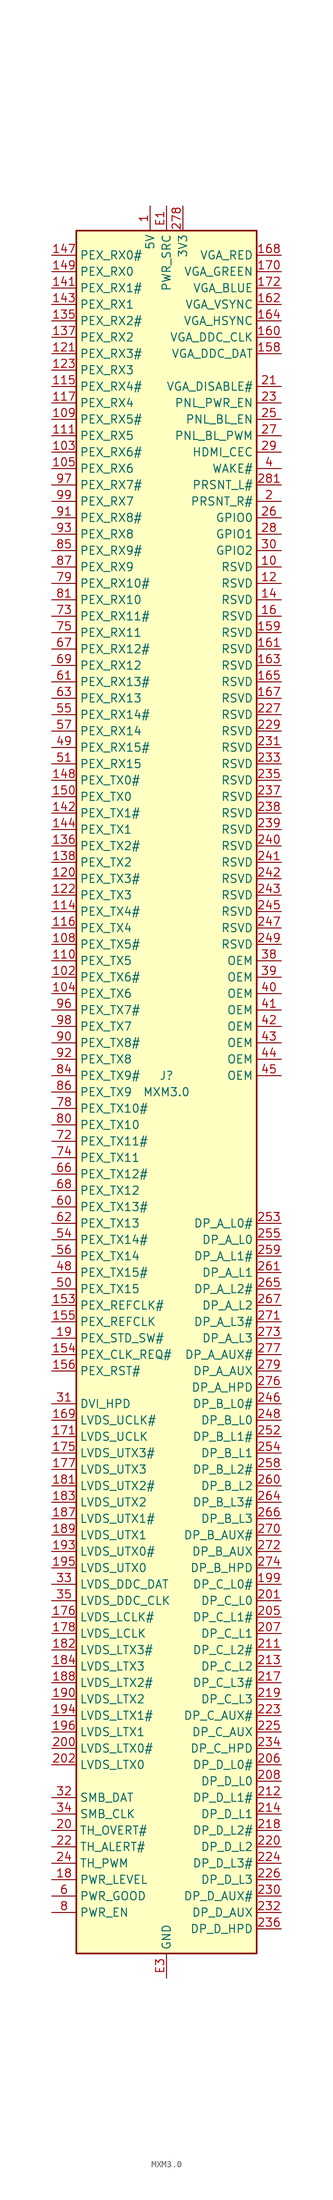
<source format=kicad_sym>
(kicad_symbol_lib
  (version 20201005)
  (generator kicad_symbol_editor)
  (symbol "MXM3.0"
    (property "Reference" "J"
      (at 0 2.54 0)
      (effects (font (size 1.27 1.27))))
    (property "Value" "MXM3.0"
      (at 0 0 0)
      (effects (font (size 1.27 1.27))))
    (symbol "MXM3.0_1_1"
      (rectangle (start -13.97 133.35) (end 13.97 -133.35) (stroke (width 0.254)) (fill (type background)))
      (pin power_in line (at -2.54 137.16 270) (length 3.81) (name "5V" (effects (font (size 1.27 1.27)))) (number "1" (effects (font (size 1.27 1.27)))))
      (pin bidirectional line (at 17.78 81.28 180) (length 3.81) (name "RSVD" (effects (font (size 1.27 1.27)))) (number "10" (effects (font (size 1.27 1.27)))))
      (pin passive line (at 0 -137.16 90) (length 3.81) hide (name "GND" (effects (font (size 1.27 1.27)))) (number "100" (effects (font (size 1.27 1.27)))))
      (pin passive line (at 0 -137.16 90) (length 3.81) hide (name "GND" (effects (font (size 1.27 1.27)))) (number "101" (effects (font (size 1.27 1.27)))))
      (pin input line (at -17.78 17.78 0) (length 3.81) (name "PEX_TX6#" (effects (font (size 1.27 1.27)))) (number "102" (effects (font (size 1.27 1.27)))))
      (pin output line (at -17.78 99.06 0) (length 3.81) (name "PEX_RX6#" (effects (font (size 1.27 1.27)))) (number "103" (effects (font (size 1.27 1.27)))))
      (pin input line (at -17.78 15.24 0) (length 3.81) (name "PEX_TX6" (effects (font (size 1.27 1.27)))) (number "104" (effects (font (size 1.27 1.27)))))
      (pin output line (at -17.78 96.52 0) (length 3.81) (name "PEX_RX6" (effects (font (size 1.27 1.27)))) (number "105" (effects (font (size 1.27 1.27)))))
      (pin passive line (at 0 -137.16 90) (length 3.81) hide (name "GND" (effects (font (size 1.27 1.27)))) (number "106" (effects (font (size 1.27 1.27)))))
      (pin passive line (at 0 -137.16 90) (length 3.81) hide (name "GND" (effects (font (size 1.27 1.27)))) (number "107" (effects (font (size 1.27 1.27)))))
      (pin input line (at -17.78 22.86 0) (length 3.81) (name "PEX_TX5#" (effects (font (size 1.27 1.27)))) (number "108" (effects (font (size 1.27 1.27)))))
      (pin output line (at -17.78 104.14 0) (length 3.81) (name "PEX_RX5#" (effects (font (size 1.27 1.27)))) (number "109" (effects (font (size 1.27 1.27)))))
      (pin passive line (at 0 -137.16 90) (length 3.81) hide (name "GND" (effects (font (size 1.27 1.27)))) (number "11" (effects (font (size 1.27 1.27)))))
      (pin input line (at -17.78 20.32 0) (length 3.81) (name "PEX_TX5" (effects (font (size 1.27 1.27)))) (number "110" (effects (font (size 1.27 1.27)))))
      (pin output line (at -17.78 101.6 0) (length 3.81) (name "PEX_RX5" (effects (font (size 1.27 1.27)))) (number "111" (effects (font (size 1.27 1.27)))))
      (pin passive line (at 0 -137.16 90) (length 3.81) hide (name "GND" (effects (font (size 1.27 1.27)))) (number "112" (effects (font (size 1.27 1.27)))))
      (pin passive line (at 0 -137.16 90) (length 3.81) hide (name "GND" (effects (font (size 1.27 1.27)))) (number "113" (effects (font (size 1.27 1.27)))))
      (pin input line (at -17.78 27.94 0) (length 3.81) (name "PEX_TX4#" (effects (font (size 1.27 1.27)))) (number "114" (effects (font (size 1.27 1.27)))))
      (pin output line (at -17.78 109.22 0) (length 3.81) (name "PEX_RX4#" (effects (font (size 1.27 1.27)))) (number "115" (effects (font (size 1.27 1.27)))))
      (pin input line (at -17.78 25.4 0) (length 3.81) (name "PEX_TX4" (effects (font (size 1.27 1.27)))) (number "116" (effects (font (size 1.27 1.27)))))
      (pin output line (at -17.78 106.68 0) (length 3.81) (name "PEX_RX4" (effects (font (size 1.27 1.27)))) (number "117" (effects (font (size 1.27 1.27)))))
      (pin passive line (at 0 -137.16 90) (length 3.81) hide (name "GND" (effects (font (size 1.27 1.27)))) (number "118" (effects (font (size 1.27 1.27)))))
      (pin passive line (at 0 -137.16 90) (length 3.81) hide (name "GND" (effects (font (size 1.27 1.27)))) (number "119" (effects (font (size 1.27 1.27)))))
      (pin bidirectional line (at 17.78 78.74 180) (length 3.81) (name "RSVD" (effects (font (size 1.27 1.27)))) (number "12" (effects (font (size 1.27 1.27)))))
      (pin input line (at -17.78 33.02 0) (length 3.81) (name "PEX_TX3#" (effects (font (size 1.27 1.27)))) (number "120" (effects (font (size 1.27 1.27)))))
      (pin output line (at -17.78 114.3 0) (length 3.81) (name "PEX_RX3#" (effects (font (size 1.27 1.27)))) (number "121" (effects (font (size 1.27 1.27)))))
      (pin input line (at -17.78 30.48 0) (length 3.81) (name "PEX_TX3" (effects (font (size 1.27 1.27)))) (number "122" (effects (font (size 1.27 1.27)))))
      (pin output line (at -17.78 111.76 0) (length 3.81) (name "PEX_RX3" (effects (font (size 1.27 1.27)))) (number "123" (effects (font (size 1.27 1.27)))))
      (pin passive line (at 0 -137.16 90) (length 3.81) hide (name "GND" (effects (font (size 1.27 1.27)))) (number "124" (effects (font (size 1.27 1.27)))))
      (pin passive line (at 0 -137.16 90) (length 3.81) hide (name "GND" (effects (font (size 1.27 1.27)))) (number "125" (effects (font (size 1.27 1.27)))))
      (pin passive line (at 0 -137.16 90) (length 3.81) hide (name "GND" (effects (font (size 1.27 1.27)))) (number "13" (effects (font (size 1.27 1.27)))))
      (pin passive line (at 0 -137.16 90) (length 3.81) hide (name "GND" (effects (font (size 1.27 1.27)))) (number "133" (effects (font (size 1.27 1.27)))))
      (pin passive line (at 0 -137.16 90) (length 3.81) hide (name "GND" (effects (font (size 1.27 1.27)))) (number "134" (effects (font (size 1.27 1.27)))))
      (pin output line (at -17.78 119.38 0) (length 3.81) (name "PEX_RX2#" (effects (font (size 1.27 1.27)))) (number "135" (effects (font (size 1.27 1.27)))))
      (pin input line (at -17.78 38.1 0) (length 3.81) (name "PEX_TX2#" (effects (font (size 1.27 1.27)))) (number "136" (effects (font (size 1.27 1.27)))))
      (pin output line (at -17.78 116.84 0) (length 3.81) (name "PEX_RX2" (effects (font (size 1.27 1.27)))) (number "137" (effects (font (size 1.27 1.27)))))
      (pin input line (at -17.78 35.56 0) (length 3.81) (name "PEX_TX2" (effects (font (size 1.27 1.27)))) (number "138" (effects (font (size 1.27 1.27)))))
      (pin passive line (at 0 -137.16 90) (length 3.81) hide (name "GND" (effects (font (size 1.27 1.27)))) (number "139" (effects (font (size 1.27 1.27)))))
      (pin bidirectional line (at 17.78 76.2 180) (length 3.81) (name "RSVD" (effects (font (size 1.27 1.27)))) (number "14" (effects (font (size 1.27 1.27)))))
      (pin passive line (at 0 -137.16 90) (length 3.81) hide (name "GND" (effects (font (size 1.27 1.27)))) (number "140" (effects (font (size 1.27 1.27)))))
      (pin output line (at -17.78 124.46 0) (length 3.81) (name "PEX_RX1#" (effects (font (size 1.27 1.27)))) (number "141" (effects (font (size 1.27 1.27)))))
      (pin input line (at -17.78 43.18 0) (length 3.81) (name "PEX_TX1#" (effects (font (size 1.27 1.27)))) (number "142" (effects (font (size 1.27 1.27)))))
      (pin output line (at -17.78 121.92 0) (length 3.81) (name "PEX_RX1" (effects (font (size 1.27 1.27)))) (number "143" (effects (font (size 1.27 1.27)))))
      (pin input line (at -17.78 40.64 0) (length 3.81) (name "PEX_TX1" (effects (font (size 1.27 1.27)))) (number "144" (effects (font (size 1.27 1.27)))))
      (pin passive line (at 0 -137.16 90) (length 3.81) hide (name "GND" (effects (font (size 1.27 1.27)))) (number "145" (effects (font (size 1.27 1.27)))))
      (pin passive line (at 0 -137.16 90) (length 3.81) hide (name "GND" (effects (font (size 1.27 1.27)))) (number "146" (effects (font (size 1.27 1.27)))))
      (pin output line (at -17.78 129.54 0) (length 3.81) (name "PEX_RX0#" (effects (font (size 1.27 1.27)))) (number "147" (effects (font (size 1.27 1.27)))))
      (pin input line (at -17.78 48.26 0) (length 3.81) (name "PEX_TX0#" (effects (font (size 1.27 1.27)))) (number "148" (effects (font (size 1.27 1.27)))))
      (pin output line (at -17.78 127 0) (length 3.81) (name "PEX_RX0" (effects (font (size 1.27 1.27)))) (number "149" (effects (font (size 1.27 1.27)))))
      (pin passive line (at 0 -137.16 90) (length 3.81) hide (name "GND" (effects (font (size 1.27 1.27)))) (number "15" (effects (font (size 1.27 1.27)))))
      (pin input line (at -17.78 45.72 0) (length 3.81) (name "PEX_TX0" (effects (font (size 1.27 1.27)))) (number "150" (effects (font (size 1.27 1.27)))))
      (pin passive line (at 0 -137.16 90) (length 3.81) hide (name "GND" (effects (font (size 1.27 1.27)))) (number "151" (effects (font (size 1.27 1.27)))))
      (pin passive line (at 0 -137.16 90) (length 3.81) hide (name "GND" (effects (font (size 1.27 1.27)))) (number "152" (effects (font (size 1.27 1.27)))))
      (pin input line (at -17.78 -33.02 0) (length 3.81) (name "PEX_REFCLK#" (effects (font (size 1.27 1.27)))) (number "153" (effects (font (size 1.27 1.27)))))
      (pin output line (at -17.78 -40.64 0) (length 3.81) (name "PEX_CLK_REQ#" (effects (font (size 1.27 1.27)))) (number "154" (effects (font (size 1.27 1.27)))))
      (pin input line (at -17.78 -35.56 0) (length 3.81) (name "PEX_REFCLK" (effects (font (size 1.27 1.27)))) (number "155" (effects (font (size 1.27 1.27)))))
      (pin input line (at -17.78 -43.18 0) (length 3.81) (name "PEX_RST#" (effects (font (size 1.27 1.27)))) (number "156" (effects (font (size 1.27 1.27)))))
      (pin passive line (at 0 -137.16 90) (length 3.81) hide (name "GND" (effects (font (size 1.27 1.27)))) (number "157" (effects (font (size 1.27 1.27)))))
      (pin bidirectional line (at 17.78 114.3 180) (length 3.81) (name "VGA_DDC_DAT" (effects (font (size 1.27 1.27)))) (number "158" (effects (font (size 1.27 1.27)))))
      (pin bidirectional line (at 17.78 71.12 180) (length 3.81) (name "RSVD" (effects (font (size 1.27 1.27)))) (number "159" (effects (font (size 1.27 1.27)))))
      (pin bidirectional line (at 17.78 73.66 180) (length 3.81) (name "RSVD" (effects (font (size 1.27 1.27)))) (number "16" (effects (font (size 1.27 1.27)))))
      (pin output line (at 17.78 116.84 180) (length 3.81) (name "VGA_DDC_CLK" (effects (font (size 1.27 1.27)))) (number "160" (effects (font (size 1.27 1.27)))))
      (pin bidirectional line (at 17.78 68.58 180) (length 3.81) (name "RSVD" (effects (font (size 1.27 1.27)))) (number "161" (effects (font (size 1.27 1.27)))))
      (pin output line (at 17.78 121.92 180) (length 3.81) (name "VGA_VSYNC" (effects (font (size 1.27 1.27)))) (number "162" (effects (font (size 1.27 1.27)))))
      (pin bidirectional line (at 17.78 66.04 180) (length 3.81) (name "RSVD" (effects (font (size 1.27 1.27)))) (number "163" (effects (font (size 1.27 1.27)))))
      (pin output line (at 17.78 119.38 180) (length 3.81) (name "VGA_HSYNC" (effects (font (size 1.27 1.27)))) (number "164" (effects (font (size 1.27 1.27)))))
      (pin bidirectional line (at 17.78 63.5 180) (length 3.81) (name "RSVD" (effects (font (size 1.27 1.27)))) (number "165" (effects (font (size 1.27 1.27)))))
      (pin passive line (at 0 -137.16 90) (length 3.81) hide (name "GND" (effects (font (size 1.27 1.27)))) (number "166" (effects (font (size 1.27 1.27)))))
      (pin bidirectional line (at 17.78 60.96 180) (length 3.81) (name "RSVD" (effects (font (size 1.27 1.27)))) (number "167" (effects (font (size 1.27 1.27)))))
      (pin output line (at 17.78 129.54 180) (length 3.81) (name "VGA_RED" (effects (font (size 1.27 1.27)))) (number "168" (effects (font (size 1.27 1.27)))))
      (pin output line (at -17.78 -50.8 0) (length 3.81) (name "LVDS_UCLK#" (effects (font (size 1.27 1.27)))) (number "169" (effects (font (size 1.27 1.27)))))
      (pin passive line (at 0 -137.16 90) (length 3.81) hide (name "GND" (effects (font (size 1.27 1.27)))) (number "17" (effects (font (size 1.27 1.27)))))
      (pin output line (at 17.78 127 180) (length 3.81) (name "VGA_GREEN" (effects (font (size 1.27 1.27)))) (number "170" (effects (font (size 1.27 1.27)))))
      (pin output line (at -17.78 -53.34 0) (length 3.81) (name "LVDS_UCLK" (effects (font (size 1.27 1.27)))) (number "171" (effects (font (size 1.27 1.27)))))
      (pin output line (at 17.78 124.46 180) (length 3.81) (name "VGA_BLUE" (effects (font (size 1.27 1.27)))) (number "172" (effects (font (size 1.27 1.27)))))
      (pin passive line (at 0 -137.16 90) (length 3.81) hide (name "GND" (effects (font (size 1.27 1.27)))) (number "173" (effects (font (size 1.27 1.27)))))
      (pin passive line (at 0 -137.16 90) (length 3.81) hide (name "GND" (effects (font (size 1.27 1.27)))) (number "174" (effects (font (size 1.27 1.27)))))
      (pin output line (at -17.78 -55.88 0) (length 3.81) (name "LVDS_UTX3#" (effects (font (size 1.27 1.27)))) (number "175" (effects (font (size 1.27 1.27)))))
      (pin output line (at -17.78 -81.28 0) (length 3.81) (name "LVDS_LCLK#" (effects (font (size 1.27 1.27)))) (number "176" (effects (font (size 1.27 1.27)))))
      (pin output line (at -17.78 -58.42 0) (length 3.81) (name "LVDS_UTX3" (effects (font (size 1.27 1.27)))) (number "177" (effects (font (size 1.27 1.27)))))
      (pin output line (at -17.78 -83.82 0) (length 3.81) (name "LVDS_LCLK" (effects (font (size 1.27 1.27)))) (number "178" (effects (font (size 1.27 1.27)))))
      (pin passive line (at 0 -137.16 90) (length 3.81) hide (name "GND" (effects (font (size 1.27 1.27)))) (number "179" (effects (font (size 1.27 1.27)))))
      (pin input line (at -17.78 -121.92 0) (length 3.81) (name "PWR_LEVEL" (effects (font (size 1.27 1.27)))) (number "18" (effects (font (size 1.27 1.27)))))
      (pin passive line (at 0 -137.16 90) (length 3.81) hide (name "GND" (effects (font (size 1.27 1.27)))) (number "180" (effects (font (size 1.27 1.27)))))
      (pin output line (at -17.78 -60.96 0) (length 3.81) (name "LVDS_UTX2#" (effects (font (size 1.27 1.27)))) (number "181" (effects (font (size 1.27 1.27)))))
      (pin output line (at -17.78 -86.36 0) (length 3.81) (name "LVDS_LTX3#" (effects (font (size 1.27 1.27)))) (number "182" (effects (font (size 1.27 1.27)))))
      (pin output line (at -17.78 -63.5 0) (length 3.81) (name "LVDS_UTX2" (effects (font (size 1.27 1.27)))) (number "183" (effects (font (size 1.27 1.27)))))
      (pin output line (at -17.78 -88.9 0) (length 3.81) (name "LVDS_LTX3" (effects (font (size 1.27 1.27)))) (number "184" (effects (font (size 1.27 1.27)))))
      (pin passive line (at 0 -137.16 90) (length 3.81) hide (name "GND" (effects (font (size 1.27 1.27)))) (number "185" (effects (font (size 1.27 1.27)))))
      (pin passive line (at 0 -137.16 90) (length 3.81) hide (name "GND" (effects (font (size 1.27 1.27)))) (number "186" (effects (font (size 1.27 1.27)))))
      (pin output line (at -17.78 -66.04 0) (length 3.81) (name "LVDS_UTX1#" (effects (font (size 1.27 1.27)))) (number "187" (effects (font (size 1.27 1.27)))))
      (pin output line (at -17.78 -91.44 0) (length 3.81) (name "LVDS_LTX2#" (effects (font (size 1.27 1.27)))) (number "188" (effects (font (size 1.27 1.27)))))
      (pin output line (at -17.78 -68.58 0) (length 3.81) (name "LVDS_UTX1" (effects (font (size 1.27 1.27)))) (number "189" (effects (font (size 1.27 1.27)))))
      (pin input line (at -17.78 -38.1 0) (length 3.81) (name "PEX_STD_SW#" (effects (font (size 1.27 1.27)))) (number "19" (effects (font (size 1.27 1.27)))))
      (pin output line (at -17.78 -93.98 0) (length 3.81) (name "LVDS_LTX2" (effects (font (size 1.27 1.27)))) (number "190" (effects (font (size 1.27 1.27)))))
      (pin passive line (at 0 -137.16 90) (length 3.81) hide (name "GND" (effects (font (size 1.27 1.27)))) (number "191" (effects (font (size 1.27 1.27)))))
      (pin passive line (at 0 -137.16 90) (length 3.81) hide (name "GND" (effects (font (size 1.27 1.27)))) (number "192" (effects (font (size 1.27 1.27)))))
      (pin output line (at -17.78 -71.12 0) (length 3.81) (name "LVDS_UTX0#" (effects (font (size 1.27 1.27)))) (number "193" (effects (font (size 1.27 1.27)))))
      (pin output line (at -17.78 -96.52 0) (length 3.81) (name "LVDS_LTX1#" (effects (font (size 1.27 1.27)))) (number "194" (effects (font (size 1.27 1.27)))))
      (pin output line (at -17.78 -73.66 0) (length 3.81) (name "LVDS_UTX0" (effects (font (size 1.27 1.27)))) (number "195" (effects (font (size 1.27 1.27)))))
      (pin output line (at -17.78 -99.06 0) (length 3.81) (name "LVDS_LTX1" (effects (font (size 1.27 1.27)))) (number "196" (effects (font (size 1.27 1.27)))))
      (pin passive line (at 0 -137.16 90) (length 3.81) hide (name "GND" (effects (font (size 1.27 1.27)))) (number "197" (effects (font (size 1.27 1.27)))))
      (pin passive line (at 0 -137.16 90) (length 3.81) hide (name "GND" (effects (font (size 1.27 1.27)))) (number "198" (effects (font (size 1.27 1.27)))))
      (pin output line (at 17.78 -76.2 180) (length 3.81) (name "DP_C_L0#" (effects (font (size 1.27 1.27)))) (number "199" (effects (font (size 1.27 1.27)))))
      (pin output line (at 17.78 91.44 180) (length 3.81) (name "PRSNT_R#" (effects (font (size 1.27 1.27)))) (number "2" (effects (font (size 1.27 1.27)))))
      (pin output line (at -17.78 -114.3 0) (length 3.81) (name "TH_OVERT#" (effects (font (size 1.27 1.27)))) (number "20" (effects (font (size 1.27 1.27)))))
      (pin output line (at -17.78 -101.6 0) (length 3.81) (name "LVDS_LTX0#" (effects (font (size 1.27 1.27)))) (number "200" (effects (font (size 1.27 1.27)))))
      (pin output line (at 17.78 -78.74 180) (length 3.81) (name "DP_C_L0" (effects (font (size 1.27 1.27)))) (number "201" (effects (font (size 1.27 1.27)))))
      (pin output line (at -17.78 -104.14 0) (length 3.81) (name "LVDS_LTX0" (effects (font (size 1.27 1.27)))) (number "202" (effects (font (size 1.27 1.27)))))
      (pin passive line (at 0 -137.16 90) (length 3.81) hide (name "GND" (effects (font (size 1.27 1.27)))) (number "203" (effects (font (size 1.27 1.27)))))
      (pin passive line (at 0 -137.16 90) (length 3.81) hide (name "GND" (effects (font (size 1.27 1.27)))) (number "204" (effects (font (size 1.27 1.27)))))
      (pin output line (at 17.78 -81.28 180) (length 3.81) (name "DP_C_L1#" (effects (font (size 1.27 1.27)))) (number "205" (effects (font (size 1.27 1.27)))))
      (pin output line (at 17.78 -104.14 180) (length 3.81) (name "DP_D_L0#" (effects (font (size 1.27 1.27)))) (number "206" (effects (font (size 1.27 1.27)))))
      (pin output line (at 17.78 -83.82 180) (length 3.81) (name "DP_C_L1" (effects (font (size 1.27 1.27)))) (number "207" (effects (font (size 1.27 1.27)))))
      (pin output line (at 17.78 -106.68 180) (length 3.81) (name "DP_D_L0" (effects (font (size 1.27 1.27)))) (number "208" (effects (font (size 1.27 1.27)))))
      (pin passive line (at 0 -137.16 90) (length 3.81) hide (name "GND" (effects (font (size 1.27 1.27)))) (number "209" (effects (font (size 1.27 1.27)))))
      (pin input line (at 17.78 109.22 180) (length 3.81) (name "VGA_DISABLE#" (effects (font (size 1.27 1.27)))) (number "21" (effects (font (size 1.27 1.27)))))
      (pin passive line (at 0 -137.16 90) (length 3.81) hide (name "GND" (effects (font (size 1.27 1.27)))) (number "210" (effects (font (size 1.27 1.27)))))
      (pin output line (at 17.78 -86.36 180) (length 3.81) (name "DP_C_L2#" (effects (font (size 1.27 1.27)))) (number "211" (effects (font (size 1.27 1.27)))))
      (pin output line (at 17.78 -109.22 180) (length 3.81) (name "DP_D_L1#" (effects (font (size 1.27 1.27)))) (number "212" (effects (font (size 1.27 1.27)))))
      (pin output line (at 17.78 -88.9 180) (length 3.81) (name "DP_C_L2" (effects (font (size 1.27 1.27)))) (number "213" (effects (font (size 1.27 1.27)))))
      (pin output line (at 17.78 -111.76 180) (length 3.81) (name "DP_D_L1" (effects (font (size 1.27 1.27)))) (number "214" (effects (font (size 1.27 1.27)))))
      (pin passive line (at 0 -137.16 90) (length 3.81) hide (name "GND" (effects (font (size 1.27 1.27)))) (number "215" (effects (font (size 1.27 1.27)))))
      (pin passive line (at 0 -137.16 90) (length 3.81) hide (name "GND" (effects (font (size 1.27 1.27)))) (number "216" (effects (font (size 1.27 1.27)))))
      (pin output line (at 17.78 -91.44 180) (length 3.81) (name "DP_C_L3#" (effects (font (size 1.27 1.27)))) (number "217" (effects (font (size 1.27 1.27)))))
      (pin output line (at 17.78 -114.3 180) (length 3.81) (name "DP_D_L2#" (effects (font (size 1.27 1.27)))) (number "218" (effects (font (size 1.27 1.27)))))
      (pin output line (at 17.78 -93.98 180) (length 3.81) (name "DP_C_L3" (effects (font (size 1.27 1.27)))) (number "219" (effects (font (size 1.27 1.27)))))
      (pin bidirectional line (at -17.78 -116.84 0) (length 3.81) (name "TH_ALERT#" (effects (font (size 1.27 1.27)))) (number "22" (effects (font (size 1.27 1.27)))))
      (pin output line (at 17.78 -116.84 180) (length 3.81) (name "DP_D_L2" (effects (font (size 1.27 1.27)))) (number "220" (effects (font (size 1.27 1.27)))))
      (pin passive line (at 0 -137.16 90) (length 3.81) hide (name "GND" (effects (font (size 1.27 1.27)))) (number "221" (effects (font (size 1.27 1.27)))))
      (pin passive line (at 0 -137.16 90) (length 3.81) hide (name "GND" (effects (font (size 1.27 1.27)))) (number "222" (effects (font (size 1.27 1.27)))))
      (pin bidirectional line (at 17.78 -96.52 180) (length 3.81) (name "DP_C_AUX#" (effects (font (size 1.27 1.27)))) (number "223" (effects (font (size 1.27 1.27)))))
      (pin output line (at 17.78 -119.38 180) (length 3.81) (name "DP_D_L3#" (effects (font (size 1.27 1.27)))) (number "224" (effects (font (size 1.27 1.27)))))
      (pin bidirectional line (at 17.78 -99.06 180) (length 3.81) (name "DP_C_AUX" (effects (font (size 1.27 1.27)))) (number "225" (effects (font (size 1.27 1.27)))))
      (pin output line (at 17.78 -121.92 180) (length 3.81) (name "DP_D_L3" (effects (font (size 1.27 1.27)))) (number "226" (effects (font (size 1.27 1.27)))))
      (pin bidirectional line (at 17.78 58.42 180) (length 3.81) (name "RSVD" (effects (font (size 1.27 1.27)))) (number "227" (effects (font (size 1.27 1.27)))))
      (pin passive line (at 0 -137.16 90) (length 3.81) hide (name "GND" (effects (font (size 1.27 1.27)))) (number "228" (effects (font (size 1.27 1.27)))))
      (pin bidirectional line (at 17.78 55.88 180) (length 3.81) (name "RSVD" (effects (font (size 1.27 1.27)))) (number "229" (effects (font (size 1.27 1.27)))))
      (pin output line (at 17.78 106.68 180) (length 3.81) (name "PNL_PWR_EN" (effects (font (size 1.27 1.27)))) (number "23" (effects (font (size 1.27 1.27)))))
      (pin bidirectional line (at 17.78 -124.46 180) (length 3.81) (name "DP_D_AUX#" (effects (font (size 1.27 1.27)))) (number "230" (effects (font (size 1.27 1.27)))))
      (pin bidirectional line (at 17.78 53.34 180) (length 3.81) (name "RSVD" (effects (font (size 1.27 1.27)))) (number "231" (effects (font (size 1.27 1.27)))))
      (pin bidirectional line (at 17.78 -127 180) (length 3.81) (name "DP_D_AUX" (effects (font (size 1.27 1.27)))) (number "232" (effects (font (size 1.27 1.27)))))
      (pin bidirectional line (at 17.78 50.8 180) (length 3.81) (name "RSVD" (effects (font (size 1.27 1.27)))) (number "233" (effects (font (size 1.27 1.27)))))
      (pin input line (at 17.78 -101.6 180) (length 3.81) (name "DP_C_HPD" (effects (font (size 1.27 1.27)))) (number "234" (effects (font (size 1.27 1.27)))))
      (pin bidirectional line (at 17.78 48.26 180) (length 3.81) (name "RSVD" (effects (font (size 1.27 1.27)))) (number "235" (effects (font (size 1.27 1.27)))))
      (pin input line (at 17.78 -129.54 180) (length 3.81) (name "DP_D_HPD" (effects (font (size 1.27 1.27)))) (number "236" (effects (font (size 1.27 1.27)))))
      (pin bidirectional line (at 17.78 45.72 180) (length 3.81) (name "RSVD" (effects (font (size 1.27 1.27)))) (number "237" (effects (font (size 1.27 1.27)))))
      (pin bidirectional line (at 17.78 43.18 180) (length 3.81) (name "RSVD" (effects (font (size 1.27 1.27)))) (number "238" (effects (font (size 1.27 1.27)))))
      (pin bidirectional line (at 17.78 40.64 180) (length 3.81) (name "RSVD" (effects (font (size 1.27 1.27)))) (number "239" (effects (font (size 1.27 1.27)))))
      (pin output line (at -17.78 -119.38 0) (length 3.81) (name "TH_PWM" (effects (font (size 1.27 1.27)))) (number "24" (effects (font (size 1.27 1.27)))))
      (pin bidirectional line (at 17.78 38.1 180) (length 3.81) (name "RSVD" (effects (font (size 1.27 1.27)))) (number "240" (effects (font (size 1.27 1.27)))))
      (pin bidirectional line (at 17.78 35.56 180) (length 3.81) (name "RSVD" (effects (font (size 1.27 1.27)))) (number "241" (effects (font (size 1.27 1.27)))))
      (pin bidirectional line (at 17.78 33.02 180) (length 3.81) (name "RSVD" (effects (font (size 1.27 1.27)))) (number "242" (effects (font (size 1.27 1.27)))))
      (pin bidirectional line (at 17.78 30.48 180) (length 3.81) (name "RSVD" (effects (font (size 1.27 1.27)))) (number "243" (effects (font (size 1.27 1.27)))))
      (pin passive line (at 0 -137.16 90) (length 3.81) hide (name "GND" (effects (font (size 1.27 1.27)))) (number "244" (effects (font (size 1.27 1.27)))))
      (pin bidirectional line (at 17.78 27.94 180) (length 3.81) (name "RSVD" (effects (font (size 1.27 1.27)))) (number "245" (effects (font (size 1.27 1.27)))))
      (pin output line (at 17.78 -48.26 180) (length 3.81) (name "DP_B_L0#" (effects (font (size 1.27 1.27)))) (number "246" (effects (font (size 1.27 1.27)))))
      (pin bidirectional line (at 17.78 25.4 180) (length 3.81) (name "RSVD" (effects (font (size 1.27 1.27)))) (number "247" (effects (font (size 1.27 1.27)))))
      (pin output line (at 17.78 -50.8 180) (length 3.81) (name "DP_B_L0" (effects (font (size 1.27 1.27)))) (number "248" (effects (font (size 1.27 1.27)))))
      (pin bidirectional line (at 17.78 22.86 180) (length 3.81) (name "RSVD" (effects (font (size 1.27 1.27)))) (number "249" (effects (font (size 1.27 1.27)))))
      (pin output line (at 17.78 104.14 180) (length 3.81) (name "PNL_BL_EN" (effects (font (size 1.27 1.27)))) (number "25" (effects (font (size 1.27 1.27)))))
      (pin passive line (at 0 -137.16 90) (length 3.81) hide (name "GND" (effects (font (size 1.27 1.27)))) (number "250" (effects (font (size 1.27 1.27)))))
      (pin passive line (at 0 -137.16 90) (length 3.81) hide (name "GND" (effects (font (size 1.27 1.27)))) (number "251" (effects (font (size 1.27 1.27)))))
      (pin output line (at 17.78 -53.34 180) (length 3.81) (name "DP_B_L1#" (effects (font (size 1.27 1.27)))) (number "252" (effects (font (size 1.27 1.27)))))
      (pin output line (at 17.78 -20.32 180) (length 3.81) (name "DP_A_L0#" (effects (font (size 1.27 1.27)))) (number "253" (effects (font (size 1.27 1.27)))))
      (pin output line (at 17.78 -55.88 180) (length 3.81) (name "DP_B_L1" (effects (font (size 1.27 1.27)))) (number "254" (effects (font (size 1.27 1.27)))))
      (pin output line (at 17.78 -22.86 180) (length 3.81) (name "DP_A_L0" (effects (font (size 1.27 1.27)))) (number "255" (effects (font (size 1.27 1.27)))))
      (pin passive line (at 0 -137.16 90) (length 3.81) hide (name "GND" (effects (font (size 1.27 1.27)))) (number "256" (effects (font (size 1.27 1.27)))))
      (pin passive line (at 0 -137.16 90) (length 3.81) hide (name "GND" (effects (font (size 1.27 1.27)))) (number "257" (effects (font (size 1.27 1.27)))))
      (pin output line (at 17.78 -58.42 180) (length 3.81) (name "DP_B_L2#" (effects (font (size 1.27 1.27)))) (number "258" (effects (font (size 1.27 1.27)))))
      (pin output line (at 17.78 -25.4 180) (length 3.81) (name "DP_A_L1#" (effects (font (size 1.27 1.27)))) (number "259" (effects (font (size 1.27 1.27)))))
      (pin bidirectional line (at 17.78 88.9 180) (length 3.81) (name "GPIO0" (effects (font (size 1.27 1.27)))) (number "26" (effects (font (size 1.27 1.27)))))
      (pin output line (at 17.78 -60.96 180) (length 3.81) (name "DP_B_L2" (effects (font (size 1.27 1.27)))) (number "260" (effects (font (size 1.27 1.27)))))
      (pin output line (at 17.78 -27.94 180) (length 3.81) (name "DP_A_L1" (effects (font (size 1.27 1.27)))) (number "261" (effects (font (size 1.27 1.27)))))
      (pin passive line (at 0 -137.16 90) (length 3.81) hide (name "GND" (effects (font (size 1.27 1.27)))) (number "262" (effects (font (size 1.27 1.27)))))
      (pin passive line (at 0 -137.16 90) (length 3.81) hide (name "GND" (effects (font (size 1.27 1.27)))) (number "263" (effects (font (size 1.27 1.27)))))
      (pin output line (at 17.78 -63.5 180) (length 3.81) (name "DP_B_L3#" (effects (font (size 1.27 1.27)))) (number "264" (effects (font (size 1.27 1.27)))))
      (pin output line (at 17.78 -30.48 180) (length 3.81) (name "DP_A_L2#" (effects (font (size 1.27 1.27)))) (number "265" (effects (font (size 1.27 1.27)))))
      (pin output line (at 17.78 -66.04 180) (length 3.81) (name "DP_B_L3" (effects (font (size 1.27 1.27)))) (number "266" (effects (font (size 1.27 1.27)))))
      (pin output line (at 17.78 -33.02 180) (length 3.81) (name "DP_A_L2" (effects (font (size 1.27 1.27)))) (number "267" (effects (font (size 1.27 1.27)))))
      (pin passive line (at 0 -137.16 90) (length 3.81) hide (name "GND" (effects (font (size 1.27 1.27)))) (number "268" (effects (font (size 1.27 1.27)))))
      (pin passive line (at 0 -137.16 90) (length 3.81) hide (name "GND" (effects (font (size 1.27 1.27)))) (number "269" (effects (font (size 1.27 1.27)))))
      (pin output line (at 17.78 101.6 180) (length 3.81) (name "PNL_BL_PWM" (effects (font (size 1.27 1.27)))) (number "27" (effects (font (size 1.27 1.27)))))
      (pin bidirectional line (at 17.78 -68.58 180) (length 3.81) (name "DP_B_AUX#" (effects (font (size 1.27 1.27)))) (number "270" (effects (font (size 1.27 1.27)))))
      (pin output line (at 17.78 -35.56 180) (length 3.81) (name "DP_A_L3#" (effects (font (size 1.27 1.27)))) (number "271" (effects (font (size 1.27 1.27)))))
      (pin bidirectional line (at 17.78 -71.12 180) (length 3.81) (name "DP_B_AUX" (effects (font (size 1.27 1.27)))) (number "272" (effects (font (size 1.27 1.27)))))
      (pin output line (at 17.78 -38.1 180) (length 3.81) (name "DP_A_L3" (effects (font (size 1.27 1.27)))) (number "273" (effects (font (size 1.27 1.27)))))
      (pin input line (at 17.78 -73.66 180) (length 3.81) (name "DP_B_HPD" (effects (font (size 1.27 1.27)))) (number "274" (effects (font (size 1.27 1.27)))))
      (pin passive line (at 0 -137.16 90) (length 3.81) hide (name "GND" (effects (font (size 1.27 1.27)))) (number "275" (effects (font (size 1.27 1.27)))))
      (pin input line (at 17.78 -45.72 180) (length 3.81) (name "DP_A_HPD" (effects (font (size 1.27 1.27)))) (number "276" (effects (font (size 1.27 1.27)))))
      (pin bidirectional line (at 17.78 -40.64 180) (length 3.81) (name "DP_A_AUX#" (effects (font (size 1.27 1.27)))) (number "277" (effects (font (size 1.27 1.27)))))
      (pin power_in line (at 2.54 137.16 270) (length 3.81) (name "3V3" (effects (font (size 1.27 1.27)))) (number "278" (effects (font (size 1.27 1.27)))))
      (pin bidirectional line (at 17.78 -43.18 180) (length 3.81) (name "DP_A_AUX" (effects (font (size 1.27 1.27)))) (number "279" (effects (font (size 1.27 1.27)))))
      (pin bidirectional line (at 17.78 86.36 180) (length 3.81) (name "GPIO1" (effects (font (size 1.27 1.27)))) (number "28" (effects (font (size 1.27 1.27)))))
      (pin passive line (at 2.54 137.16 270) (length 3.81) hide (name "3V3" (effects (font (size 1.27 1.27)))) (number "280" (effects (font (size 1.27 1.27)))))
      (pin output line (at 17.78 93.98 180) (length 3.81) (name "PRSNT_L#" (effects (font (size 1.27 1.27)))) (number "281" (effects (font (size 1.27 1.27)))))
      (pin bidirectional line (at 17.78 99.06 180) (length 3.81) (name "HDMI_CEC" (effects (font (size 1.27 1.27)))) (number "29" (effects (font (size 1.27 1.27)))))
      (pin passive line (at -2.54 137.16 270) (length 3.81) hide (name "5V" (effects (font (size 1.27 1.27)))) (number "3" (effects (font (size 1.27 1.27)))))
      (pin bidirectional line (at 17.78 83.82 180) (length 3.81) (name "GPIO2" (effects (font (size 1.27 1.27)))) (number "30" (effects (font (size 1.27 1.27)))))
      (pin input line (at -17.78 -48.26 0) (length 3.81) (name "DVI_HPD" (effects (font (size 1.27 1.27)))) (number "31" (effects (font (size 1.27 1.27)))))
      (pin bidirectional line (at -17.78 -109.22 0) (length 3.81) (name "SMB_DAT" (effects (font (size 1.27 1.27)))) (number "32" (effects (font (size 1.27 1.27)))))
      (pin bidirectional line (at -17.78 -76.2 0) (length 3.81) (name "LVDS_DDC_DAT" (effects (font (size 1.27 1.27)))) (number "33" (effects (font (size 1.27 1.27)))))
      (pin input line (at -17.78 -111.76 0) (length 3.81) (name "SMB_CLK" (effects (font (size 1.27 1.27)))) (number "34" (effects (font (size 1.27 1.27)))))
      (pin output line (at -17.78 -78.74 0) (length 3.81) (name "LVDS_DDC_CLK" (effects (font (size 1.27 1.27)))) (number "35" (effects (font (size 1.27 1.27)))))
      (pin passive line (at 0 -137.16 90) (length 3.81) hide (name "GND" (effects (font (size 1.27 1.27)))) (number "36" (effects (font (size 1.27 1.27)))))
      (pin passive line (at 0 -137.16 90) (length 3.81) hide (name "GND" (effects (font (size 1.27 1.27)))) (number "37" (effects (font (size 1.27 1.27)))))
      (pin bidirectional line (at 17.78 20.32 180) (length 3.81) (name "OEM" (effects (font (size 1.27 1.27)))) (number "38" (effects (font (size 1.27 1.27)))))
      (pin bidirectional line (at 17.78 17.78 180) (length 3.81) (name "OEM" (effects (font (size 1.27 1.27)))) (number "39" (effects (font (size 1.27 1.27)))))
      (pin output line (at 17.78 96.52 180) (length 3.81) (name "WAKE#" (effects (font (size 1.27 1.27)))) (number "4" (effects (font (size 1.27 1.27)))))
      (pin bidirectional line (at 17.78 15.24 180) (length 3.81) (name "OEM" (effects (font (size 1.27 1.27)))) (number "40" (effects (font (size 1.27 1.27)))))
      (pin bidirectional line (at 17.78 12.7 180) (length 3.81) (name "OEM" (effects (font (size 1.27 1.27)))) (number "41" (effects (font (size 1.27 1.27)))))
      (pin bidirectional line (at 17.78 10.16 180) (length 3.81) (name "OEM" (effects (font (size 1.27 1.27)))) (number "42" (effects (font (size 1.27 1.27)))))
      (pin bidirectional line (at 17.78 7.62 180) (length 3.81) (name "OEM" (effects (font (size 1.27 1.27)))) (number "43" (effects (font (size 1.27 1.27)))))
      (pin bidirectional line (at 17.78 5.08 180) (length 3.81) (name "OEM" (effects (font (size 1.27 1.27)))) (number "44" (effects (font (size 1.27 1.27)))))
      (pin bidirectional line (at 17.78 2.54 180) (length 3.81) (name "OEM" (effects (font (size 1.27 1.27)))) (number "45" (effects (font (size 1.27 1.27)))))
      (pin passive line (at 0 -137.16 90) (length 3.81) hide (name "GND" (effects (font (size 1.27 1.27)))) (number "46" (effects (font (size 1.27 1.27)))))
      (pin passive line (at 0 -137.16 90) (length 3.81) hide (name "GND" (effects (font (size 1.27 1.27)))) (number "47" (effects (font (size 1.27 1.27)))))
      (pin input line (at -17.78 -27.94 0) (length 3.81) (name "PEX_TX15#" (effects (font (size 1.27 1.27)))) (number "48" (effects (font (size 1.27 1.27)))))
      (pin output line (at -17.78 53.34 0) (length 3.81) (name "PEX_RX15#" (effects (font (size 1.27 1.27)))) (number "49" (effects (font (size 1.27 1.27)))))
      (pin passive line (at -2.54 137.16 270) (length 3.81) hide (name "5V" (effects (font (size 1.27 1.27)))) (number "5" (effects (font (size 1.27 1.27)))))
      (pin input line (at -17.78 -30.48 0) (length 3.81) (name "PEX_TX15" (effects (font (size 1.27 1.27)))) (number "50" (effects (font (size 1.27 1.27)))))
      (pin output line (at -17.78 50.8 0) (length 3.81) (name "PEX_RX15" (effects (font (size 1.27 1.27)))) (number "51" (effects (font (size 1.27 1.27)))))
      (pin passive line (at 0 -137.16 90) (length 3.81) hide (name "GND" (effects (font (size 1.27 1.27)))) (number "52" (effects (font (size 1.27 1.27)))))
      (pin passive line (at 0 -137.16 90) (length 3.81) hide (name "GND" (effects (font (size 1.27 1.27)))) (number "53" (effects (font (size 1.27 1.27)))))
      (pin input line (at -17.78 -22.86 0) (length 3.81) (name "PEX_TX14#" (effects (font (size 1.27 1.27)))) (number "54" (effects (font (size 1.27 1.27)))))
      (pin output line (at -17.78 58.42 0) (length 3.81) (name "PEX_RX14#" (effects (font (size 1.27 1.27)))) (number "55" (effects (font (size 1.27 1.27)))))
      (pin input line (at -17.78 -25.4 0) (length 3.81) (name "PEX_TX14" (effects (font (size 1.27 1.27)))) (number "56" (effects (font (size 1.27 1.27)))))
      (pin output line (at -17.78 55.88 0) (length 3.81) (name "PEX_RX14" (effects (font (size 1.27 1.27)))) (number "57" (effects (font (size 1.27 1.27)))))
      (pin passive line (at 0 -137.16 90) (length 3.81) hide (name "GND" (effects (font (size 1.27 1.27)))) (number "58" (effects (font (size 1.27 1.27)))))
      (pin passive line (at 0 -137.16 90) (length 3.81) hide (name "GND" (effects (font (size 1.27 1.27)))) (number "59" (effects (font (size 1.27 1.27)))))
      (pin output line (at -17.78 -124.46 0) (length 3.81) (name "PWR_GOOD" (effects (font (size 1.27 1.27)))) (number "6" (effects (font (size 1.27 1.27)))))
      (pin input line (at -17.78 -17.78 0) (length 3.81) (name "PEX_TX13#" (effects (font (size 1.27 1.27)))) (number "60" (effects (font (size 1.27 1.27)))))
      (pin output line (at -17.78 63.5 0) (length 3.81) (name "PEX_RX13#" (effects (font (size 1.27 1.27)))) (number "61" (effects (font (size 1.27 1.27)))))
      (pin input line (at -17.78 -20.32 0) (length 3.81) (name "PEX_TX13" (effects (font (size 1.27 1.27)))) (number "62" (effects (font (size 1.27 1.27)))))
      (pin output line (at -17.78 60.96 0) (length 3.81) (name "PEX_RX13" (effects (font (size 1.27 1.27)))) (number "63" (effects (font (size 1.27 1.27)))))
      (pin passive line (at 0 -137.16 90) (length 3.81) hide (name "GND" (effects (font (size 1.27 1.27)))) (number "64" (effects (font (size 1.27 1.27)))))
      (pin passive line (at 0 -137.16 90) (length 3.81) hide (name "GND" (effects (font (size 1.27 1.27)))) (number "65" (effects (font (size 1.27 1.27)))))
      (pin input line (at -17.78 -12.7 0) (length 3.81) (name "PEX_TX12#" (effects (font (size 1.27 1.27)))) (number "66" (effects (font (size 1.27 1.27)))))
      (pin output line (at -17.78 68.58 0) (length 3.81) (name "PEX_RX12#" (effects (font (size 1.27 1.27)))) (number "67" (effects (font (size 1.27 1.27)))))
      (pin input line (at -17.78 -15.24 0) (length 3.81) (name "PEX_TX12" (effects (font (size 1.27 1.27)))) (number "68" (effects (font (size 1.27 1.27)))))
      (pin output line (at -17.78 66.04 0) (length 3.81) (name "PEX_RX12" (effects (font (size 1.27 1.27)))) (number "69" (effects (font (size 1.27 1.27)))))
      (pin passive line (at -2.54 137.16 270) (length 3.81) hide (name "5V" (effects (font (size 1.27 1.27)))) (number "7" (effects (font (size 1.27 1.27)))))
      (pin passive line (at 0 -137.16 90) (length 3.81) hide (name "GND" (effects (font (size 1.27 1.27)))) (number "70" (effects (font (size 1.27 1.27)))))
      (pin passive line (at 0 -137.16 90) (length 3.81) hide (name "GND" (effects (font (size 1.27 1.27)))) (number "71" (effects (font (size 1.27 1.27)))))
      (pin input line (at -17.78 -7.62 0) (length 3.81) (name "PEX_TX11#" (effects (font (size 1.27 1.27)))) (number "72" (effects (font (size 1.27 1.27)))))
      (pin output line (at -17.78 73.66 0) (length 3.81) (name "PEX_RX11#" (effects (font (size 1.27 1.27)))) (number "73" (effects (font (size 1.27 1.27)))))
      (pin input line (at -17.78 -10.16 0) (length 3.81) (name "PEX_TX11" (effects (font (size 1.27 1.27)))) (number "74" (effects (font (size 1.27 1.27)))))
      (pin output line (at -17.78 71.12 0) (length 3.81) (name "PEX_RX11" (effects (font (size 1.27 1.27)))) (number "75" (effects (font (size 1.27 1.27)))))
      (pin passive line (at 0 -137.16 90) (length 3.81) hide (name "GND" (effects (font (size 1.27 1.27)))) (number "76" (effects (font (size 1.27 1.27)))))
      (pin passive line (at 0 -137.16 90) (length 3.81) hide (name "GND" (effects (font (size 1.27 1.27)))) (number "77" (effects (font (size 1.27 1.27)))))
      (pin input line (at -17.78 -2.54 0) (length 3.81) (name "PEX_TX10#" (effects (font (size 1.27 1.27)))) (number "78" (effects (font (size 1.27 1.27)))))
      (pin output line (at -17.78 78.74 0) (length 3.81) (name "PEX_RX10#" (effects (font (size 1.27 1.27)))) (number "79" (effects (font (size 1.27 1.27)))))
      (pin input line (at -17.78 -127 0) (length 3.81) (name "PWR_EN" (effects (font (size 1.27 1.27)))) (number "8" (effects (font (size 1.27 1.27)))))
      (pin input line (at -17.78 -5.08 0) (length 3.81) (name "PEX_TX10" (effects (font (size 1.27 1.27)))) (number "80" (effects (font (size 1.27 1.27)))))
      (pin output line (at -17.78 76.2 0) (length 3.81) (name "PEX_RX10" (effects (font (size 1.27 1.27)))) (number "81" (effects (font (size 1.27 1.27)))))
      (pin passive line (at 0 -137.16 90) (length 3.81) hide (name "GND" (effects (font (size 1.27 1.27)))) (number "82" (effects (font (size 1.27 1.27)))))
      (pin passive line (at 0 -137.16 90) (length 3.81) hide (name "GND" (effects (font (size 1.27 1.27)))) (number "83" (effects (font (size 1.27 1.27)))))
      (pin input line (at -17.78 2.54 0) (length 3.81) (name "PEX_TX9#" (effects (font (size 1.27 1.27)))) (number "84" (effects (font (size 1.27 1.27)))))
      (pin output line (at -17.78 83.82 0) (length 3.81) (name "PEX_RX9#" (effects (font (size 1.27 1.27)))) (number "85" (effects (font (size 1.27 1.27)))))
      (pin input line (at -17.78 0 0) (length 3.81) (name "PEX_TX9" (effects (font (size 1.27 1.27)))) (number "86" (effects (font (size 1.27 1.27)))))
      (pin output line (at -17.78 81.28 0) (length 3.81) (name "PEX_RX9" (effects (font (size 1.27 1.27)))) (number "87" (effects (font (size 1.27 1.27)))))
      (pin passive line (at 0 -137.16 90) (length 3.81) hide (name "GND" (effects (font (size 1.27 1.27)))) (number "88" (effects (font (size 1.27 1.27)))))
      (pin passive line (at 0 -137.16 90) (length 3.81) hide (name "GND" (effects (font (size 1.27 1.27)))) (number "89" (effects (font (size 1.27 1.27)))))
      (pin passive line (at -2.54 137.16 270) (length 3.81) hide (name "5V" (effects (font (size 1.27 1.27)))) (number "9" (effects (font (size 1.27 1.27)))))
      (pin input line (at -17.78 7.62 0) (length 3.81) (name "PEX_TX8#" (effects (font (size 1.27 1.27)))) (number "90" (effects (font (size 1.27 1.27)))))
      (pin output line (at -17.78 88.9 0) (length 3.81) (name "PEX_RX8#" (effects (font (size 1.27 1.27)))) (number "91" (effects (font (size 1.27 1.27)))))
      (pin input line (at -17.78 5.08 0) (length 3.81) (name "PEX_TX8" (effects (font (size 1.27 1.27)))) (number "92" (effects (font (size 1.27 1.27)))))
      (pin output line (at -17.78 86.36 0) (length 3.81) (name "PEX_RX8" (effects (font (size 1.27 1.27)))) (number "93" (effects (font (size 1.27 1.27)))))
      (pin passive line (at 0 -137.16 90) (length 3.81) hide (name "GND" (effects (font (size 1.27 1.27)))) (number "94" (effects (font (size 1.27 1.27)))))
      (pin passive line (at 0 -137.16 90) (length 3.81) hide (name "GND" (effects (font (size 1.27 1.27)))) (number "95" (effects (font (size 1.27 1.27)))))
      (pin input line (at -17.78 12.7 0) (length 3.81) (name "PEX_TX7#" (effects (font (size 1.27 1.27)))) (number "96" (effects (font (size 1.27 1.27)))))
      (pin output line (at -17.78 93.98 0) (length 3.81) (name "PEX_RX7#" (effects (font (size 1.27 1.27)))) (number "97" (effects (font (size 1.27 1.27)))))
      (pin input line (at -17.78 10.16 0) (length 3.81) (name "PEX_TX7" (effects (font (size 1.27 1.27)))) (number "98" (effects (font (size 1.27 1.27)))))
      (pin output line (at -17.78 91.44 0) (length 3.81) (name "PEX_RX7" (effects (font (size 1.27 1.27)))) (number "99" (effects (font (size 1.27 1.27)))))
      (pin power_in line (at 0 137.16 270) (length 3.81) (name "PWR_SRC" (effects (font (size 1.27 1.27)))) (number "E1" (effects (font (size 1.27 1.27)))))
      (pin passive line (at 0 137.16 270) (length 3.81) hide (name "PWR_SRC" (effects (font (size 1.27 1.27)))) (number "E2" (effects (font (size 1.27 1.27)))))
      (pin power_in line (at 0 -137.16 90) (length 3.81) (name "GND" (effects (font (size 1.27 1.27)))) (number "E3" (effects (font (size 1.27 1.27)))))
      (pin passive line (at 0 -137.16 90) (length 3.81) hide (name "GND" (effects (font (size 1.27 1.27)))) (number "E4" (effects (font (size 1.27 1.27))))))))
</source>
